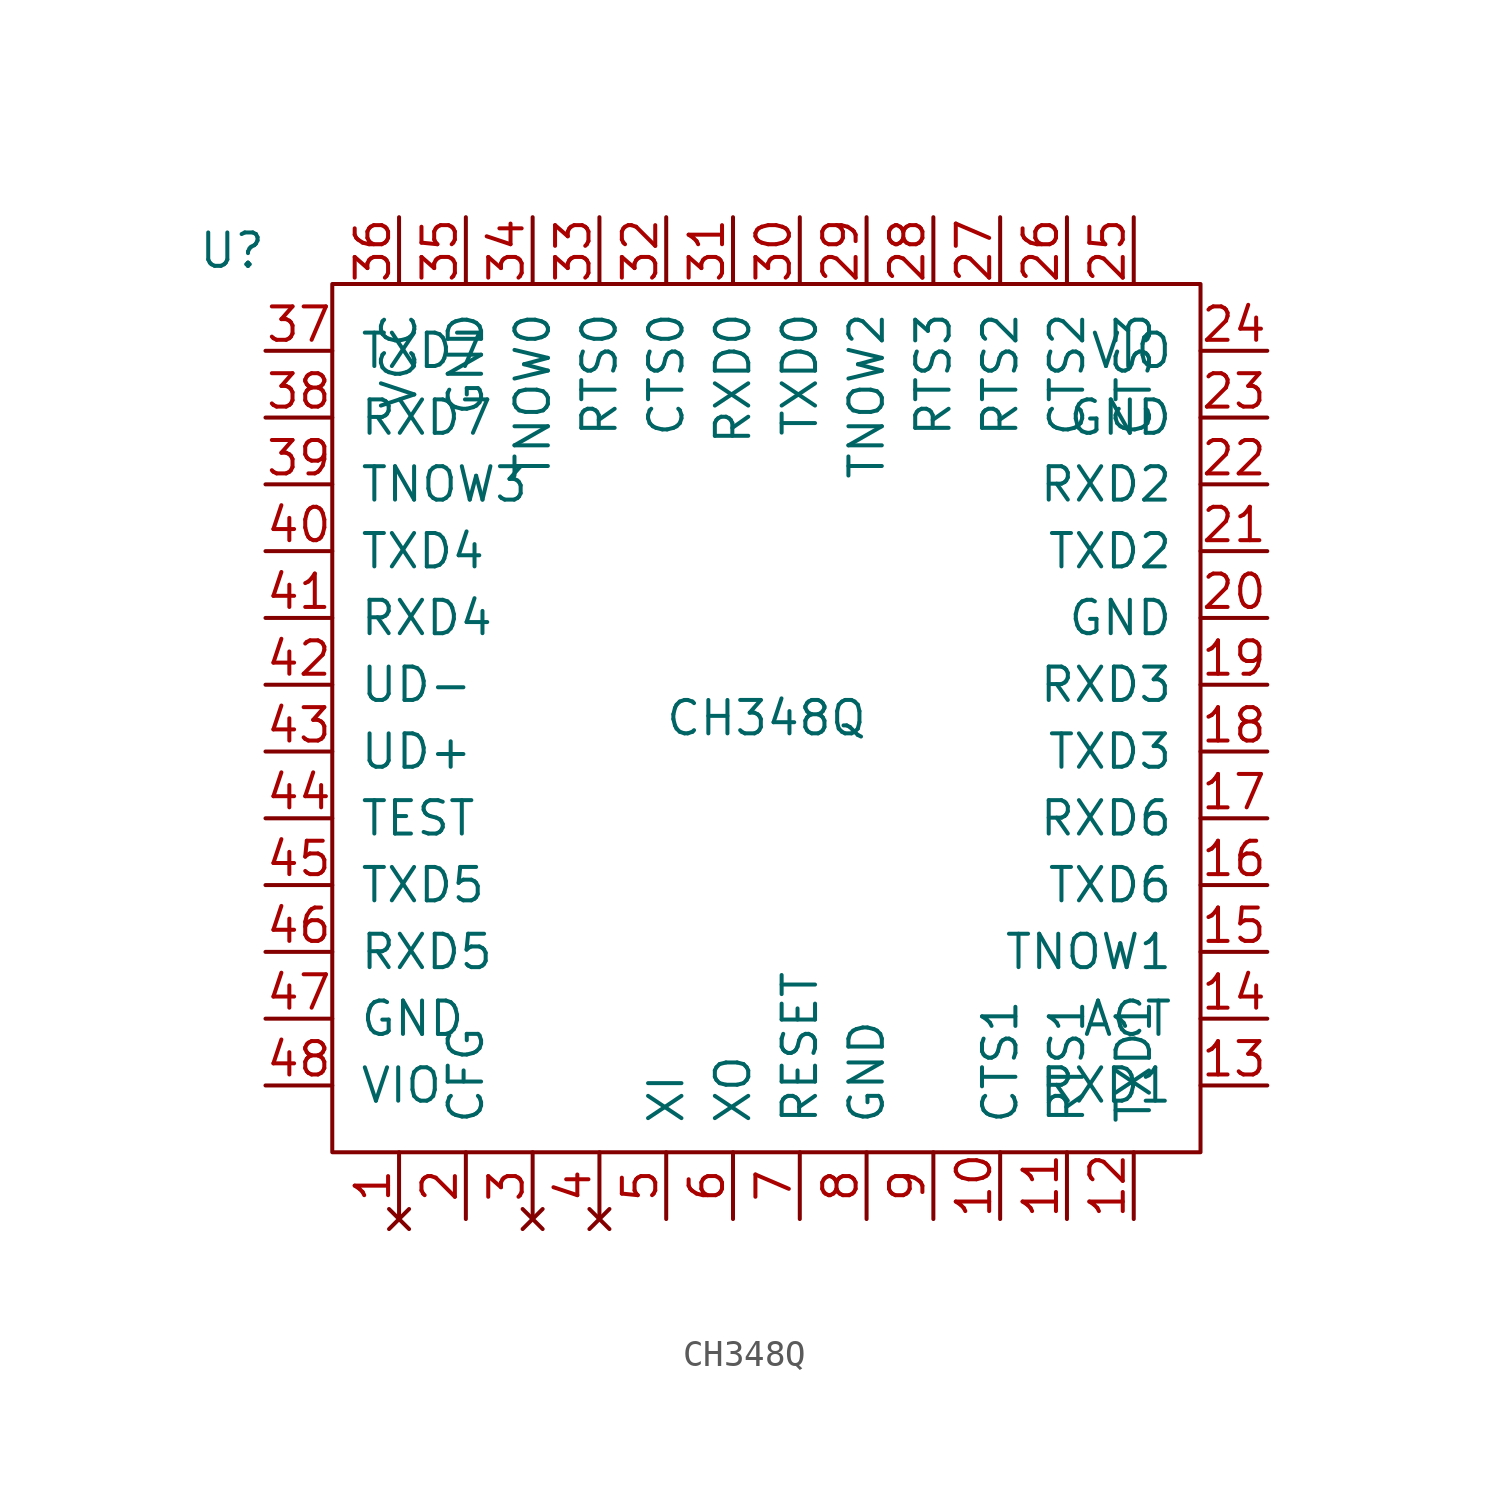
<source format=kicad_sym>
(kicad_symbol_lib
  (version 20211014)
  (generator kicad_symbol_editor)
  (symbol "CH348Q"
    (pin_names
      (offset 1.016))
    (property "Reference" "U"
      (at -20.32 17.78 0)
      (effects (font (size 1.27 1.27))))
    (property "Value" "CH348Q"
      (at 0 0 0)
      (effects (font (size 1.27 1.27))))
    (symbol "CH348Q_0_0"
      (pin no_connect line (at -13.97 -19.05 90) (length 2.54) (name "~" (effects (font (size 1.27 1.27)))) (number "1" (effects (font (size 1.27 1.27)))))
      (pin input line (at 8.89 -19.05 90) (length 2.54) (name "CTS1" (effects (font (size 1.27 1.27)))) (number "10" (effects (font (size 1.27 1.27)))))
      (pin output line (at 11.43 -19.05 90) (length 2.54) (name "RTS1" (effects (font (size 1.27 1.27)))) (number "11" (effects (font (size 1.27 1.27)))))
      (pin output line (at 13.97 -19.05 90) (length 2.54) (name "TXD1" (effects (font (size 1.27 1.27)))) (number "12" (effects (font (size 1.27 1.27)))))
      (pin bidirectional line (at 19.05 -13.97 180) (length 2.54) (name "RXD1" (effects (font (size 1.27 1.27)))) (number "13" (effects (font (size 1.27 1.27)))))
      (pin output line (at 19.05 -11.43 180) (length 2.54) (name "ACT" (effects (font (size 1.27 1.27)))) (number "14" (effects (font (size 1.27 1.27)))))
      (pin output line (at 19.05 -8.89 180) (length 2.54) (name "TNOW1" (effects (font (size 1.27 1.27)))) (number "15" (effects (font (size 1.27 1.27)))))
      (pin output line (at 19.05 -6.35 180) (length 2.54) (name "TXD6" (effects (font (size 1.27 1.27)))) (number "16" (effects (font (size 1.27 1.27)))))
      (pin input line (at 19.05 -3.81 180) (length 2.54) (name "RXD6" (effects (font (size 1.27 1.27)))) (number "17" (effects (font (size 1.27 1.27)))))
      (pin output line (at 19.05 -1.27 180) (length 2.54) (name "TXD3" (effects (font (size 1.27 1.27)))) (number "18" (effects (font (size 1.27 1.27)))))
      (pin input line (at 19.05 1.27 180) (length 2.54) (name "RXD3" (effects (font (size 1.27 1.27)))) (number "19" (effects (font (size 1.27 1.27)))))
      (pin input line (at -11.43 -19.05 90) (length 2.54) (name "CFG" (effects (font (size 1.27 1.27)))) (number "2" (effects (font (size 1.27 1.27)))))
      (pin power_in line (at 19.05 3.81 180) (length 2.54) (name "GND" (effects (font (size 1.27 1.27)))) (number "20" (effects (font (size 1.27 1.27)))))
      (pin output line (at 19.05 6.35 180) (length 2.54) (name "TXD2" (effects (font (size 1.27 1.27)))) (number "21" (effects (font (size 1.27 1.27)))))
      (pin input line (at 19.05 8.89 180) (length 2.54) (name "RXD2" (effects (font (size 1.27 1.27)))) (number "22" (effects (font (size 1.27 1.27)))))
      (pin power_in line (at 19.05 11.43 180) (length 2.54) (name "GND" (effects (font (size 1.27 1.27)))) (number "23" (effects (font (size 1.27 1.27)))))
      (pin power_in line (at 19.05 13.97 180) (length 2.54) (name "VIO" (effects (font (size 1.27 1.27)))) (number "24" (effects (font (size 1.27 1.27)))))
      (pin input line (at 13.97 19.05 270) (length 2.54) (name "CTS3" (effects (font (size 1.27 1.27)))) (number "25" (effects (font (size 1.27 1.27)))))
      (pin input line (at 11.43 19.05 270) (length 2.54) (name "CTS2" (effects (font (size 1.27 1.27)))) (number "26" (effects (font (size 1.27 1.27)))))
      (pin output line (at 8.89 19.05 270) (length 2.54) (name "RTS2" (effects (font (size 1.27 1.27)))) (number "27" (effects (font (size 1.27 1.27)))))
      (pin output line (at 6.35 19.05 270) (length 2.54) (name "RTS3" (effects (font (size 1.27 1.27)))) (number "28" (effects (font (size 1.27 1.27)))))
      (pin output line (at 3.81 19.05 270) (length 2.54) (name "TNOW2" (effects (font (size 1.27 1.27)))) (number "29" (effects (font (size 1.27 1.27)))))
      (pin no_connect line (at -8.89 -19.05 90) (length 2.54) (name "~" (effects (font (size 1.27 1.27)))) (number "3" (effects (font (size 1.27 1.27)))))
      (pin output line (at 1.27 19.05 270) (length 2.54) (name "TXD0" (effects (font (size 1.27 1.27)))) (number "30" (effects (font (size 1.27 1.27)))))
      (pin input line (at -1.27 19.05 270) (length 2.54) (name "RXD0" (effects (font (size 1.27 1.27)))) (number "31" (effects (font (size 1.27 1.27)))))
      (pin input line (at -3.81 19.05 270) (length 2.54) (name "CTS0" (effects (font (size 1.27 1.27)))) (number "32" (effects (font (size 1.27 1.27)))))
      (pin output line (at -6.35 19.05 270) (length 2.54) (name "RTS0" (effects (font (size 1.27 1.27)))) (number "33" (effects (font (size 1.27 1.27)))))
      (pin output line (at -8.89 19.05 270) (length 2.54) (name "TNOW0" (effects (font (size 1.27 1.27)))) (number "34" (effects (font (size 1.27 1.27)))))
      (pin power_in line (at -11.43 19.05 270) (length 2.54) (name "GND" (effects (font (size 1.27 1.27)))) (number "35" (effects (font (size 1.27 1.27)))))
      (pin power_in line (at -13.97 19.05 270) (length 2.54) (name "VCC" (effects (font (size 1.27 1.27)))) (number "36" (effects (font (size 1.27 1.27)))))
      (pin output line (at -19.05 13.97 0) (length 2.54) (name "TXD7" (effects (font (size 1.27 1.27)))) (number "37" (effects (font (size 1.27 1.27)))))
      (pin input line (at -19.05 11.43 0) (length 2.54) (name "RXD7" (effects (font (size 1.27 1.27)))) (number "38" (effects (font (size 1.27 1.27)))))
      (pin output line (at -19.05 8.89 0) (length 2.54) (name "TNOW3" (effects (font (size 1.27 1.27)))) (number "39" (effects (font (size 1.27 1.27)))))
      (pin no_connect line (at -6.35 -19.05 90) (length 2.54) (name "~" (effects (font (size 1.27 1.27)))) (number "4" (effects (font (size 1.27 1.27)))))
      (pin output line (at -19.05 6.35 0) (length 2.54) (name "TXD4" (effects (font (size 1.27 1.27)))) (number "40" (effects (font (size 1.27 1.27)))))
      (pin input line (at -19.05 3.81 0) (length 2.54) (name "RXD4" (effects (font (size 1.27 1.27)))) (number "41" (effects (font (size 1.27 1.27)))))
      (pin bidirectional line (at -19.05 1.27 0) (length 2.54) (name "UD-" (effects (font (size 1.27 1.27)))) (number "42" (effects (font (size 1.27 1.27)))))
      (pin bidirectional line (at -19.05 -1.27 0) (length 2.54) (name "UD+" (effects (font (size 1.27 1.27)))) (number "43" (effects (font (size 1.27 1.27)))))
      (pin input line (at -19.05 -3.81 0) (length 2.54) (name "TEST" (effects (font (size 1.27 1.27)))) (number "44" (effects (font (size 1.27 1.27)))))
      (pin output line (at -19.05 -6.35 0) (length 2.54) (name "TXD5" (effects (font (size 1.27 1.27)))) (number "45" (effects (font (size 1.27 1.27)))))
      (pin input line (at -19.05 -8.89 0) (length 2.54) (name "RXD5" (effects (font (size 1.27 1.27)))) (number "46" (effects (font (size 1.27 1.27)))))
      (pin power_in line (at -19.05 -11.43 0) (length 2.54) (name "GND" (effects (font (size 1.27 1.27)))) (number "47" (effects (font (size 1.27 1.27)))))
      (pin power_in line (at -19.05 -13.97 0) (length 2.54) (name "VIO" (effects (font (size 1.27 1.27)))) (number "48" (effects (font (size 1.27 1.27)))))
      (pin input line (at -3.81 -19.05 90) (length 2.54) (name "XI" (effects (font (size 1.27 1.27)))) (number "5" (effects (font (size 1.27 1.27)))))
      (pin output line (at -1.27 -19.05 90) (length 2.54) (name "XO" (effects (font (size 1.27 1.27)))) (number "6" (effects (font (size 1.27 1.27)))))
      (pin input line (at 1.27 -19.05 90) (length 2.54) (name "RESET" (effects (font (size 1.27 1.27)))) (number "7" (effects (font (size 1.27 1.27)))))
      (pin power_in line (at 3.81 -19.05 90) (length 2.54) (name "GND" (effects (font (size 1.27 1.27)))) (number "8" (effects (font (size 1.27 1.27)))))
      (pin power_in line (at 6.35 -19.05 90) (length 2.54) (name "~" (effects (font (size 1.27 1.27)))) (number "9" (effects (font (size 1.27 1.27))))))
    (symbol "CH348Q_0_1"
      (rectangle (start 16.51 -16.51) (end -16.51 16.51) (stroke (width 0) (type default) (color 0 0 0 0)) (fill (type none))))))
</source>
